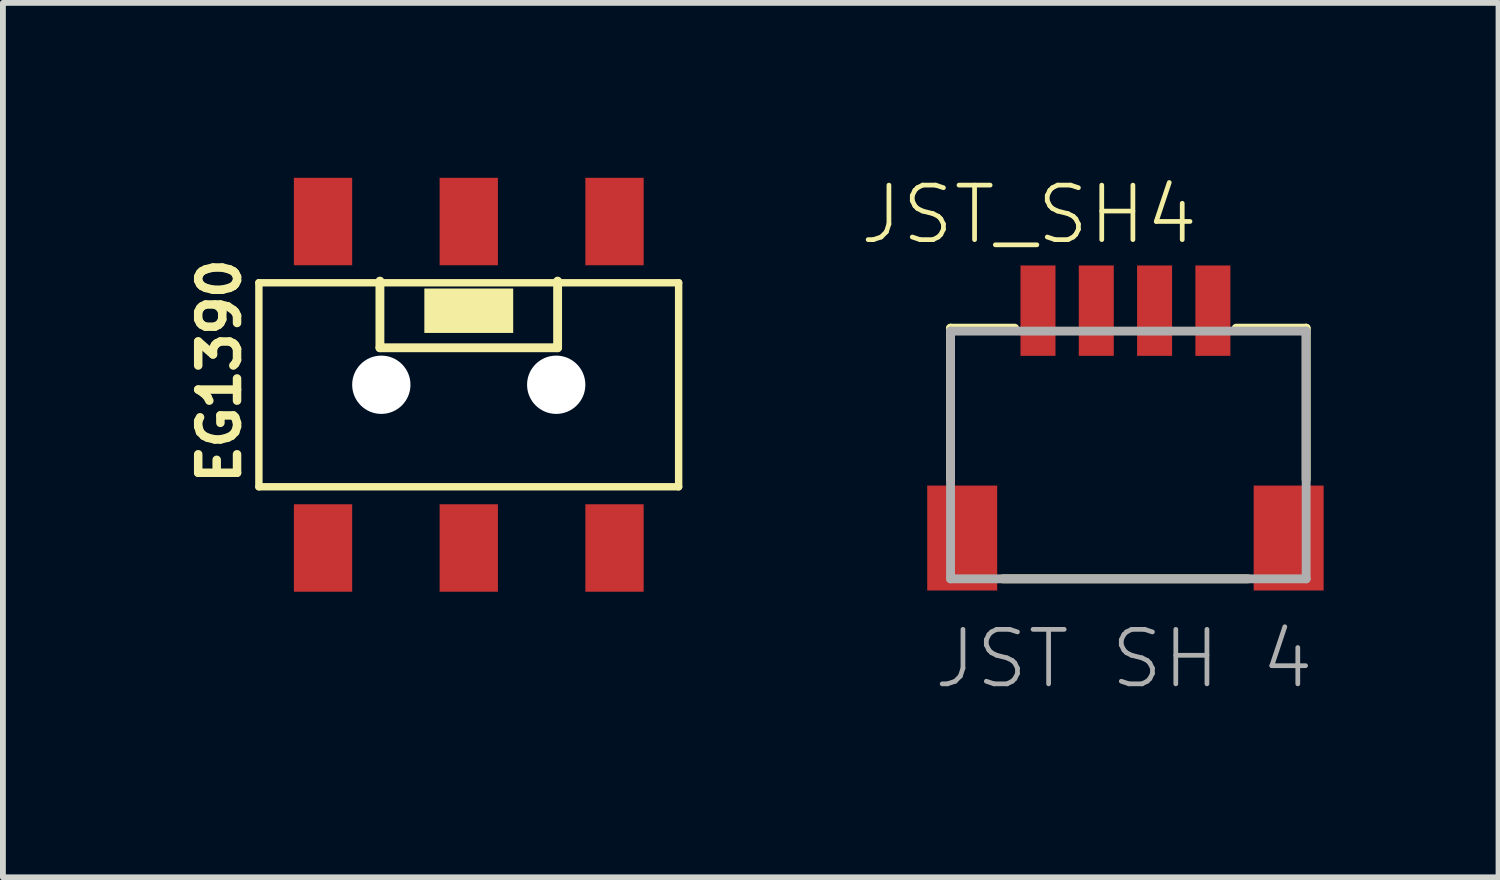
<source format=kicad_pcb>
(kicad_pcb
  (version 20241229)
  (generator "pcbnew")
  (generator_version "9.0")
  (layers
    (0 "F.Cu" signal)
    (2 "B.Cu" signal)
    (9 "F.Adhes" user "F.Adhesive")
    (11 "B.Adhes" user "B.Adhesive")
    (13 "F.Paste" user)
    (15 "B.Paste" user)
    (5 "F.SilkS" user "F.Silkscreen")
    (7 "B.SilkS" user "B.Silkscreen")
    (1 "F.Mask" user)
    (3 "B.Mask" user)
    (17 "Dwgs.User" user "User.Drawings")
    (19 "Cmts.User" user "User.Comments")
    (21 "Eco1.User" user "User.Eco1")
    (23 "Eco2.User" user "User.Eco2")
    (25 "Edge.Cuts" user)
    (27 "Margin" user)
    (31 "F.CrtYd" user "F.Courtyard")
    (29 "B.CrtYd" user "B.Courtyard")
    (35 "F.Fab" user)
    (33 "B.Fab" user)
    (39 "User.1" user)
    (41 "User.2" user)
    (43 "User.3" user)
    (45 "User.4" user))
  (footprint "JST_SH4"
    (layer "F.Cu")
    (at 16.255 4.285)
    (property "Reference" "JST_SH4" (at -4.6 -3.106 0) (unlocked yes) (layer "F.SilkS") (effects (font (size 0.935 0.935) (thickness 0.081)) (justify left bottom)))
    (fp_line (start -3 -1.706) (end -1.9 -1.706) (stroke (width 0.152) (type solid)) (layer "F.SilkS"))
    (fp_line (start -3 0.894) (end -3 -1.706) (stroke (width 0.152) (type solid)) (layer "F.SilkS"))
    (fp_line (start -2.1 2.594) (end 2.1 2.594) (stroke (width 0.152) (type solid)) (layer "F.SilkS"))
    (fp_line (start 1.9 -1.706) (end 3.1 -1.706) (stroke (width 0.152) (type solid)) (layer "F.SilkS"))
    (fp_line (start 3.1 -1.706) (end 3.1 0.894) (stroke (width 0.152) (type solid)) (layer "F.SilkS"))
    (fp_line (start -3 -1.656) (end 3.1 -1.656) (stroke (width 0.152) (type solid)) (layer "F.Fab"))
    (fp_line (start -3 2.594) (end -3 -1.656) (stroke (width 0.152) (type solid)) (layer "F.Fab"))
    (fp_line (start 3.1 -1.656) (end 3.1 2.594) (stroke (width 0.152) (type solid)) (layer "F.Fab"))
    (fp_line (start 3.1 2.594) (end -3 2.594) (stroke (width 0.152) (type solid)) (layer "F.Fab"))
    (fp_text user "JST SH 4" (at -3.33 4.514 0) (layer "F.Fab") (effects (font (size 0.935 0.935) (thickness 0.081)) (justify left bottom)))
    (pad "1" smd rect (at -1.5 -2.006 90) (size 1.55 0.6) (layers "F.Cu" "F.Mask" "F.Paste"))
    (pad "2" smd rect (at -0.5 -2.006 90) (size 1.55 0.6) (layers "F.Cu" "F.Mask" "F.Paste"))
    (pad "3" smd rect (at 0.5 -2.006 90) (size 1.55 0.6) (layers "F.Cu" "F.Mask" "F.Paste"))
    (pad "4" smd rect (at 1.5 -2.006 90) (size 1.55 0.6) (layers "F.Cu" "F.Mask" "F.Paste"))
    (pad "MT1" smd rect (at -2.8 1.894 90) (size 1.8 1.2) (layers "F.Cu" "F.Mask" "F.Paste"))
    (pad "MT2" smd rect (at 2.8 1.894 90) (size 1.8 1.2) (layers "F.Cu" "F.Mask" "F.Paste")))
  (footprint "EG1390"
    (layer "F.Cu")
    (at 4.991 3.55)
    (property "Reference" "EG1390" (at -3.886 1.764 90) (unlocked yes) (layer "F.SilkS") (effects (font (size 0.666 0.666) (thickness 0.146)) (justify left bottom)))
    (fp_line (start -3.6 -1.75) (end 3.6 -1.75) (stroke (width 0.127) (type solid)) (layer "F.SilkS"))
    (fp_line (start -3.6 1.75) (end -3.6 -1.75) (stroke (width 0.127) (type solid)) (layer "F.SilkS"))
    (fp_line (start -1.524 -1.778) (end -1.524 -0.635) (stroke (width 0.152) (type solid)) (layer "F.SilkS"))
    (fp_line (start -1.524 -0.635) (end 1.524 -0.635) (stroke (width 0.152) (type solid)) (layer "F.SilkS"))
    (fp_line (start 1.524 -0.635) (end 1.524 -1.778) (stroke (width 0.152) (type solid)) (layer "F.SilkS"))
    (fp_line (start 3.6 -1.75) (end 3.6 1.75) (stroke (width 0.127) (type solid)) (layer "F.SilkS"))
    (fp_line (start 3.6 1.75) (end -3.6 1.75) (stroke (width 0.127) (type solid)) (layer "F.SilkS"))
    (fp_poly (pts (xy -0.762 -0.889) (xy 0.762 -0.889) (xy 0.762 -1.651) (xy -0.762 -1.651)) (stroke (width 0) (type default)) (fill yes) (layer "F.SilkS"))
    (pad "" np_thru_hole circle (at -1.5 0) (size 1 1) (drill 1) (layers "*.Cu" "*.Mask"))
    (pad "" np_thru_hole circle (at 1.5 0) (size 1 1) (drill 1) (layers "*.Cu" "*.Mask"))
    (pad "O1" smd rect (at -2.5 -2.8) (size 1 1.5) (layers "F.Cu" "F.Mask" "F.Paste"))
    (pad "O2" smd rect (at -2.5 2.8) (size 1 1.5) (layers "F.Cu" "F.Mask" "F.Paste"))
    (pad "P1" smd rect (at 0 -2.8) (size 1 1.5) (layers "F.Cu" "F.Mask" "F.Paste"))
    (pad "P2" smd rect (at 0 2.8) (size 1 1.5) (layers "F.Cu" "F.Mask" "F.Paste"))
    (pad "S1" smd rect (at 2.5 -2.8) (size 1 1.5) (layers "F.Cu" "F.Mask" "F.Paste"))
    (pad "S2" smd rect (at 2.5 2.8) (size 1 1.5) (layers "F.Cu" "F.Mask" "F.Paste")))
  (gr_rect
    (start -3 -3)
    (end 22.655 11.999)
    (stroke (width 0.1) (type default))
    (fill no)
    (layer "Edge.Cuts")))
</source>
